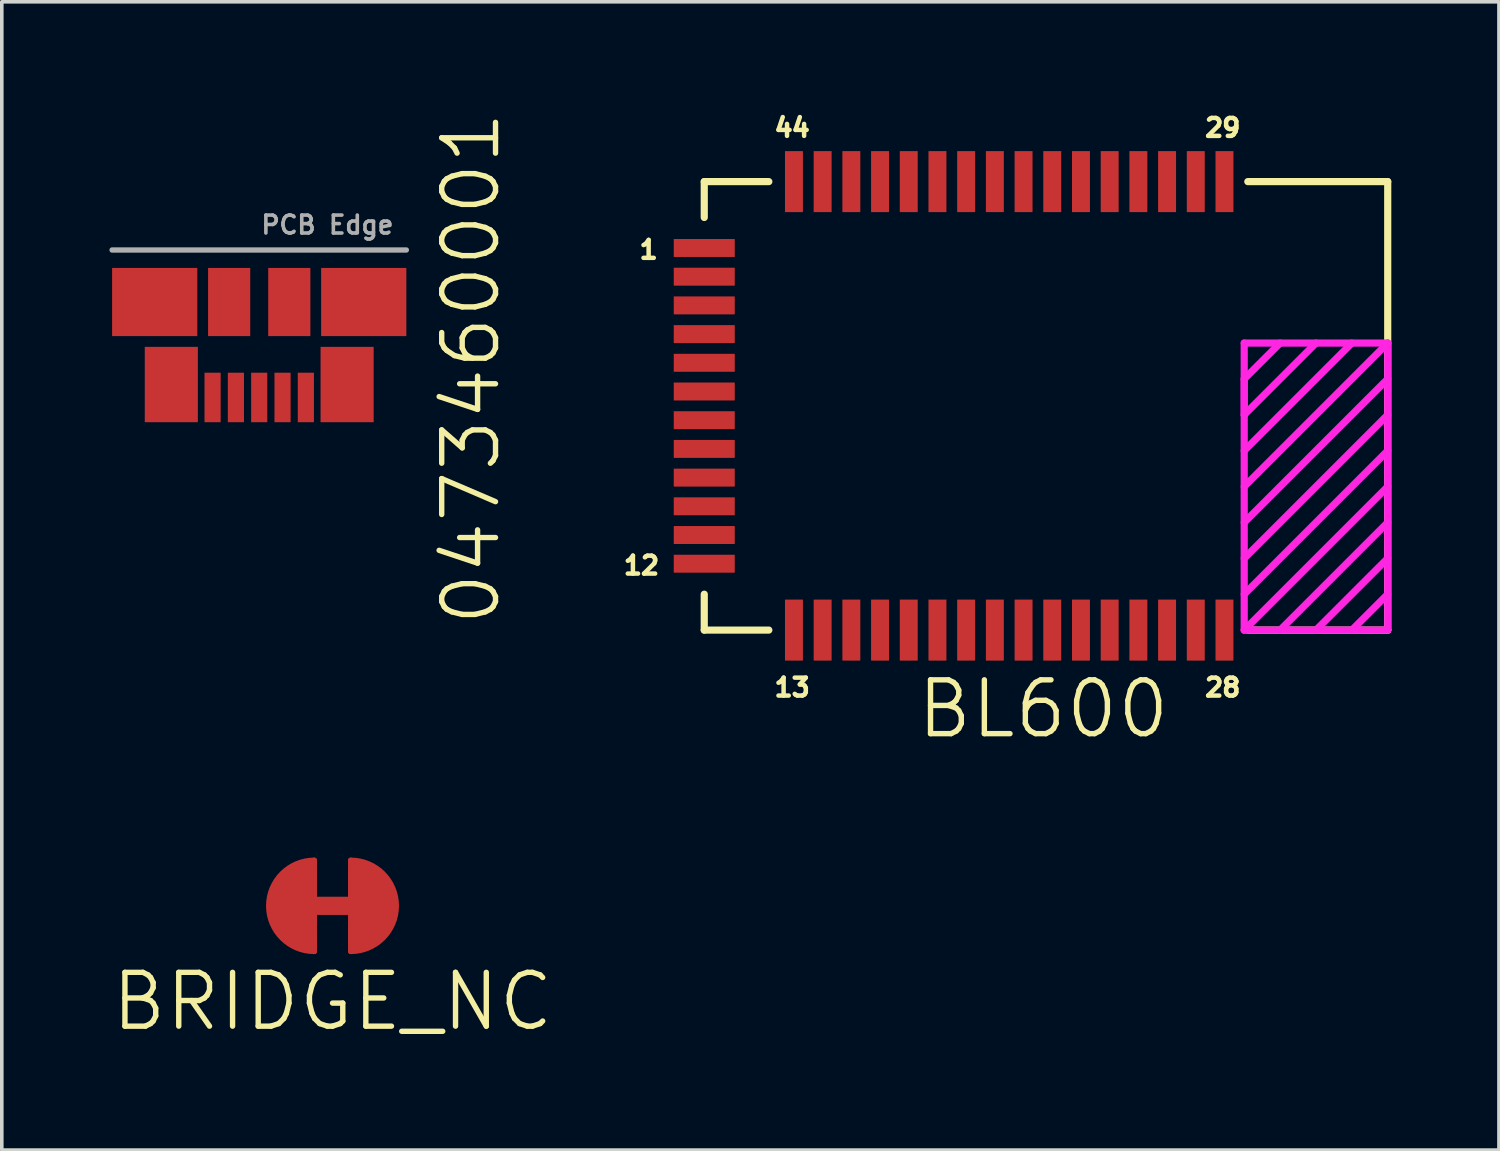
<source format=kicad_pcb>
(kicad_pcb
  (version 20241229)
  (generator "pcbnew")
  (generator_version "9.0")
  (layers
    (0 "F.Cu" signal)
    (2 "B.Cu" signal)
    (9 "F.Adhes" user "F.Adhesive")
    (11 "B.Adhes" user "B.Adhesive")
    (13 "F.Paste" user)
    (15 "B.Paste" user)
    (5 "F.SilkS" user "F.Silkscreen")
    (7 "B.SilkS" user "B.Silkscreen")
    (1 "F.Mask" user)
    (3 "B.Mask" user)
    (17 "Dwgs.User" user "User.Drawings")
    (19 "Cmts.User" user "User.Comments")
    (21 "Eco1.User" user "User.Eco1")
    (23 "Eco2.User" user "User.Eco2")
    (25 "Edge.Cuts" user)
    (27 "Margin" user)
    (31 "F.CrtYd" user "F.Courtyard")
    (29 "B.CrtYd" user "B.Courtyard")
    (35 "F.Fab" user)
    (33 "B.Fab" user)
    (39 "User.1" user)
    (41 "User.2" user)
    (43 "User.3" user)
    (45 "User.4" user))
  (footprint "BL600"
    (layer "F.Cu")
    (at 15.729 1.162)
    (property "Reference" "BL600" (at 10.3 15.55 0) (layer "F.SilkS") (effects (font (size 1.5 1.5) (thickness 0.15))))
    (attr through_hole)
    (fp_line (start 0.85 0.85) (end 2.65 0.85) (stroke (width 0.2) (type solid)) (layer "F.SilkS"))
    (fp_line (start 0.85 1.85) (end 0.85 0.85) (stroke (width 0.2) (type solid)) (layer "F.SilkS"))
    (fp_line (start 0.85 12.35) (end 0.85 13.35) (stroke (width 0.2) (type solid)) (layer "F.SilkS"))
    (fp_line (start 0.85 13.35) (end 2.65 13.35) (stroke (width 0.2) (type solid)) (layer "F.SilkS"))
    (fp_line (start 16 0.85) (end 19.9 0.85) (stroke (width 0.2) (type solid)) (layer "F.SilkS"))
    (fp_line (start 19.9 13.35) (end 16 13.35) (stroke (width 0.2) (type solid)) (layer "F.SilkS"))
    (fp_line (start 19.9 13.35) (end 19.9 0.85) (stroke (width 0.2) (type solid)) (layer "F.SilkS"))
    (fp_line (start 15.9 5.35) (end 19.9 5.35) (stroke (width 0.2) (type solid)) (layer "F.CrtYd"))
    (fp_line (start 15.9 6.35) (end 15.9 7.35) (stroke (width 0.2) (type solid)) (layer "F.CrtYd"))
    (fp_line (start 15.9 7.35) (end 17.9 5.35) (stroke (width 0.2) (type solid)) (layer "F.CrtYd"))
    (fp_line (start 15.9 9.35) (end 19.9 5.35) (stroke (width 0.2) (type solid)) (layer "F.CrtYd"))
    (fp_line (start 15.9 11.35) (end 19.9 7.35) (stroke (width 0.2) (type solid)) (layer "F.CrtYd"))
    (fp_line (start 15.9 13.35) (end 15.9 5.35) (stroke (width 0.2) (type solid)) (layer "F.CrtYd"))
    (fp_line (start 15.9 13.35) (end 19.9 9.35) (stroke (width 0.2) (type solid)) (layer "F.CrtYd"))
    (fp_line (start 16.9 5.35) (end 15.9 6.35) (stroke (width 0.2) (type solid)) (layer "F.CrtYd"))
    (fp_line (start 17.9 13.35) (end 19.9 11.35) (stroke (width 0.2) (type solid)) (layer "F.CrtYd"))
    (fp_line (start 18.9 5.35) (end 15.9 8.35) (stroke (width 0.2) (type solid)) (layer "F.CrtYd"))
    (fp_line (start 19.9 5.35) (end 19.9 13.35) (stroke (width 0.2) (type solid)) (layer "F.CrtYd"))
    (fp_line (start 19.9 6.35) (end 15.9 10.35) (stroke (width 0.2) (type solid)) (layer "F.CrtYd"))
    (fp_line (start 19.9 8.35) (end 15.9 12.35) (stroke (width 0.2) (type solid)) (layer "F.CrtYd"))
    (fp_line (start 19.9 10.35) (end 16.9 13.35) (stroke (width 0.2) (type solid)) (layer "F.CrtYd"))
    (fp_line (start 19.9 12.35) (end 18.9 13.35) (stroke (width 0.2) (type solid)) (layer "F.CrtYd"))
    (fp_line (start 19.9 13.35) (end 15.9 13.35) (stroke (width 0.2) (type solid)) (layer "F.CrtYd"))
    (fp_text user "1" (at -0.7 2.75 0) (layer "F.SilkS") (effects (font (size 0.5 0.5) (thickness 0.125))))
    (fp_text user "12" (at -0.9 11.55 0) (layer "F.SilkS") (effects (font (size 0.5 0.5) (thickness 0.125))))
    (fp_text user "29" (at 15.3 -0.65 0) (layer "F.SilkS") (effects (font (size 0.5 0.5) (thickness 0.125))))
    (fp_text user "13" (at 3.3 14.95 0) (layer "F.SilkS") (effects (font (size 0.5 0.5) (thickness 0.125))))
    (fp_text user "44" (at 3.3 -0.65 0) (layer "F.SilkS") (effects (font (size 0.5 0.5) (thickness 0.125))))
    (fp_text user "28" (at 15.3 14.95 0) (layer "F.SilkS") (effects (font (size 0.5 0.5) (thickness 0.125))))
    (pad "1" smd rect (at 0.85 2.7) (size 1.7 0.5) (layers "F.Cu" "F.Mask" "F.Paste"))
    (pad "2" smd rect (at 0.85 3.5) (size 1.7 0.5) (layers "F.Cu" "F.Mask" "F.Paste"))
    (pad "3" smd rect (at 0.85 4.3) (size 1.7 0.5) (layers "F.Cu" "F.Mask" "F.Paste"))
    (pad "4" smd rect (at 0.85 5.1) (size 1.7 0.5) (layers "F.Cu" "F.Mask" "F.Paste"))
    (pad "5" smd rect (at 0.85 5.9) (size 1.7 0.5) (layers "F.Cu" "F.Mask" "F.Paste"))
    (pad "6" smd rect (at 0.85 6.7) (size 1.7 0.5) (layers "F.Cu" "F.Mask" "F.Paste"))
    (pad "7" smd rect (at 0.85 7.5) (size 1.7 0.5) (layers "F.Cu" "F.Mask" "F.Paste"))
    (pad "8" smd rect (at 0.85 8.3) (size 1.7 0.5) (layers "F.Cu" "F.Mask" "F.Paste"))
    (pad "9" smd rect (at 0.85 9.1) (size 1.7 0.5) (layers "F.Cu" "F.Mask" "F.Paste"))
    (pad "10" smd rect (at 0.85 9.9) (size 1.7 0.5) (layers "F.Cu" "F.Mask" "F.Paste"))
    (pad "11" smd rect (at 0.85 10.7) (size 1.7 0.5) (layers "F.Cu" "F.Mask" "F.Paste"))
    (pad "12" smd rect (at 0.85 11.5) (size 1.7 0.5) (layers "F.Cu" "F.Mask" "F.Paste"))
    (pad "13" smd rect (at 3.35 13.35) (size 0.5 1.7) (layers "F.Cu" "F.Mask" "F.Paste"))
    (pad "14" smd rect (at 4.15 13.35) (size 0.5 1.7) (layers "F.Cu" "F.Mask" "F.Paste"))
    (pad "15" smd rect (at 4.95 13.35) (size 0.5 1.7) (layers "F.Cu" "F.Mask" "F.Paste"))
    (pad "16" smd rect (at 5.75 13.35) (size 0.5 1.7) (layers "F.Cu" "F.Mask" "F.Paste"))
    (pad "17" smd rect (at 6.55 13.35) (size 0.5 1.7) (layers "F.Cu" "F.Mask" "F.Paste"))
    (pad "18" smd rect (at 7.35 13.35) (size 0.5 1.7) (layers "F.Cu" "F.Mask" "F.Paste"))
    (pad "19" smd rect (at 8.15 13.35) (size 0.5 1.7) (layers "F.Cu" "F.Mask" "F.Paste"))
    (pad "20" smd rect (at 8.95 13.35) (size 0.5 1.7) (layers "F.Cu" "F.Mask" "F.Paste"))
    (pad "21" smd rect (at 9.75 13.35) (size 0.5 1.7) (layers "F.Cu" "F.Mask" "F.Paste"))
    (pad "22" smd rect (at 10.55 13.35) (size 0.5 1.7) (layers "F.Cu" "F.Mask" "F.Paste"))
    (pad "23" smd rect (at 11.35 13.35) (size 0.5 1.7) (layers "F.Cu" "F.Mask" "F.Paste"))
    (pad "24" smd rect (at 12.15 13.35) (size 0.5 1.7) (layers "F.Cu" "F.Mask" "F.Paste"))
    (pad "25" smd rect (at 12.95 13.35) (size 0.5 1.7) (layers "F.Cu" "F.Mask" "F.Paste"))
    (pad "26" smd rect (at 13.75 13.35) (size 0.5 1.7) (layers "F.Cu" "F.Mask" "F.Paste"))
    (pad "27" smd rect (at 14.55 13.35) (size 0.5 1.7) (layers "F.Cu" "F.Mask" "F.Paste"))
    (pad "28" smd rect (at 15.35 13.35) (size 0.5 1.7) (layers "F.Cu" "F.Mask" "F.Paste"))
    (pad "29" smd rect (at 15.35 0.85) (size 0.5 1.7) (layers "F.Cu" "F.Mask" "F.Paste"))
    (pad "30" smd rect (at 14.55 0.85) (size 0.5 1.7) (layers "F.Cu" "F.Mask" "F.Paste"))
    (pad "31" smd rect (at 13.75 0.85) (size 0.5 1.7) (layers "F.Cu" "F.Mask" "F.Paste"))
    (pad "32" smd rect (at 12.95 0.85) (size 0.5 1.7) (layers "F.Cu" "F.Mask" "F.Paste"))
    (pad "33" smd rect (at 12.15 0.85) (size 0.5 1.7) (layers "F.Cu" "F.Mask" "F.Paste"))
    (pad "34" smd rect (at 11.35 0.85) (size 0.5 1.7) (layers "F.Cu" "F.Mask" "F.Paste"))
    (pad "35" smd rect (at 10.55 0.85) (size 0.5 1.7) (layers "F.Cu" "F.Mask" "F.Paste"))
    (pad "36" smd rect (at 9.75 0.85) (size 0.5 1.7) (layers "F.Cu" "F.Mask" "F.Paste"))
    (pad "37" smd rect (at 8.95 0.85) (size 0.5 1.7) (layers "F.Cu" "F.Mask" "F.Paste"))
    (pad "38" smd rect (at 8.15 0.85) (size 0.5 1.7) (layers "F.Cu" "F.Mask" "F.Paste"))
    (pad "39" smd rect (at 7.35 0.85) (size 0.5 1.7) (layers "F.Cu" "F.Mask" "F.Paste"))
    (pad "40" smd rect (at 6.55 0.85) (size 0.5 1.7) (layers "F.Cu" "F.Mask" "F.Paste"))
    (pad "41" smd rect (at 5.75 0.85) (size 0.5 1.7) (layers "F.Cu" "F.Mask" "F.Paste"))
    (pad "42" smd rect (at 4.95 0.85) (size 0.5 1.7) (layers "F.Cu" "F.Mask" "F.Paste"))
    (pad "43" smd rect (at 4.15 0.85) (size 0.5 1.7) (layers "F.Cu" "F.Mask" "F.Paste"))
    (pad "44" smd rect (at 3.35 0.85) (size 0.5 1.7) (layers "F.Cu" "F.Mask" "F.Paste")))
  (footprint "BRIDGE_NC"
    (layer "F.Cu")
    (at 6.218 22.198)
    (property "Reference" "BRIDGE_NC" (at 0 2.667 0) (layer "F.SilkS") (effects (font (size 1.5 1.5) (thickness 0.15))))
    (attr through_hole)
    (fp_line (start -0.508 0) (end 0.508 0) (stroke (width 0.508) (type solid)) (layer "F.Cu"))
    (fp_line (start -0.508 1.27) (end -0.508 -1.27) (stroke (width 0.15) (type solid)) (layer "F.Cu"))
    (fp_line (start 0.508 -1.27) (end 0.508 1.27) (stroke (width 0.15) (type solid)) (layer "F.Cu"))
    (fp_arc (start -0.508 0.127) (mid -0.635 0) (end -0.508 -0.127) (stroke (width 0.15) (type solid)) (layer "F.Cu"))
    (fp_arc (start -0.508 0.254) (mid -0.762 0) (end -0.508 -0.254) (stroke (width 0.15) (type solid)) (layer "F.Cu"))
    (fp_arc (start -0.508 0.381) (mid -0.889 0) (end -0.508 -0.381) (stroke (width 0.15) (type solid)) (layer "F.Cu"))
    (fp_arc (start -0.508 0.508) (mid -1.016 0) (end -0.508 -0.508) (stroke (width 0.15) (type solid)) (layer "F.Cu"))
    (fp_arc (start -0.508 0.635) (mid -1.143 0) (end -0.508 -0.635) (stroke (width 0.15) (type solid)) (layer "F.Cu"))
    (fp_arc (start -0.508 0.762) (mid -1.27 0) (end -0.508 -0.762) (stroke (width 0.15) (type solid)) (layer "F.Cu"))
    (fp_arc (start -0.508 0.889) (mid -1.397 0) (end -0.508 -0.889) (stroke (width 0.15) (type solid)) (layer "F.Cu"))
    (fp_arc (start -0.508 1.016) (mid -1.524 0) (end -0.508 -1.016) (stroke (width 0.15) (type solid)) (layer "F.Cu"))
    (fp_arc (start -0.508 1.143) (mid -1.651 0) (end -0.508 -1.143) (stroke (width 0.15) (type solid)) (layer "F.Cu"))
    (fp_arc (start -0.508 1.27) (mid -1.778 0) (end -0.508 -1.27) (stroke (width 0.15) (type solid)) (layer "F.Cu"))
    (fp_arc (start 0.508 -1.27) (mid 1.778 0) (end 0.508 1.27) (stroke (width 0.15) (type solid)) (layer "F.Cu"))
    (fp_arc (start 0.508 -1.143) (mid 1.651 0) (end 0.508 1.143) (stroke (width 0.15) (type solid)) (layer "F.Cu"))
    (fp_arc (start 0.508 -1.016) (mid 1.524 0) (end 0.508 1.016) (stroke (width 0.15) (type solid)) (layer "F.Cu"))
    (fp_arc (start 0.508 -0.889) (mid 1.397 0) (end 0.508 0.889) (stroke (width 0.15) (type solid)) (layer "F.Cu"))
    (fp_arc (start 0.508 -0.762) (mid 1.27 0) (end 0.508 0.762) (stroke (width 0.15) (type solid)) (layer "F.Cu"))
    (fp_arc (start 0.508 -0.635) (mid 1.143 0) (end 0.508 0.635) (stroke (width 0.15) (type solid)) (layer "F.Cu"))
    (fp_arc (start 0.508 -0.508) (mid 1.016 0) (end 0.508 0.508) (stroke (width 0.15) (type solid)) (layer "F.Cu"))
    (fp_arc (start 0.508 -0.381) (mid 0.889 0) (end 0.508 0.381) (stroke (width 0.15) (type solid)) (layer "F.Cu"))
    (fp_arc (start 0.508 -0.254) (mid 0.762 0) (end 0.508 0.254) (stroke (width 0.15) (type solid)) (layer "F.Cu"))
    (fp_arc (start 0.508 -0.127) (mid 0.635 0) (end 0.508 0.127) (stroke (width 0.15) (type solid)) (layer "F.Cu"))
    (fp_line (start -0.508 -1.27) (end 0.508 -1.27) (stroke (width 0.127) (type solid)) (layer "F.Mask"))
    (fp_line (start -0.508 1.27) (end -0.508 -1.27) (stroke (width 0.15) (type solid)) (layer "F.Mask"))
    (fp_line (start -0.508 1.27) (end 0.508 1.27) (stroke (width 0.127) (type solid)) (layer "F.Mask"))
    (fp_line (start -0.381 -1.27) (end -0.381 1.27) (stroke (width 0.127) (type solid)) (layer "F.Mask"))
    (fp_line (start -0.381 1.27) (end -0.254 1.27) (stroke (width 0.127) (type solid)) (layer "F.Mask"))
    (fp_line (start -0.254 -1.27) (end -0.127 -1.27) (stroke (width 0.127) (type solid)) (layer "F.Mask"))
    (fp_line (start -0.254 1.27) (end -0.254 -1.27) (stroke (width 0.127) (type solid)) (layer "F.Mask"))
    (fp_line (start -0.127 -1.27) (end -0.127 1.27) (stroke (width 0.127) (type solid)) (layer "F.Mask"))
    (fp_line (start -0.127 1.27) (end 0 1.27) (stroke (width 0.127) (type solid)) (layer "F.Mask"))
    (fp_line (start 0 -1.27) (end 0.127 -1.27) (stroke (width 0.127) (type solid)) (layer "F.Mask"))
    (fp_line (start 0 1.27) (end 0 -1.27) (stroke (width 0.127) (type solid)) (layer "F.Mask"))
    (fp_line (start 0.127 -1.27) (end 0.127 1.27) (stroke (width 0.127) (type solid)) (layer "F.Mask"))
    (fp_line (start 0.127 1.27) (end 0.254 1.27) (stroke (width 0.127) (type solid)) (layer "F.Mask"))
    (fp_line (start 0.254 -1.27) (end 0.381 -1.27) (stroke (width 0.127) (type solid)) (layer "F.Mask"))
    (fp_line (start 0.254 1.27) (end 0.254 -1.27) (stroke (width 0.127) (type solid)) (layer "F.Mask"))
    (fp_line (start 0.381 -1.27) (end 0.381 1.27) (stroke (width 0.127) (type solid)) (layer "F.Mask"))
    (fp_line (start 0.508 -1.27) (end 0.508 1.27) (stroke (width 0.15) (type solid)) (layer "F.Mask"))
    (fp_arc (start -0.508 0.127) (mid -0.635 0) (end -0.508 -0.127) (stroke (width 0.15) (type solid)) (layer "F.Mask"))
    (fp_arc (start -0.508 0.254) (mid -0.762 0) (end -0.508 -0.254) (stroke (width 0.15) (type solid)) (layer "F.Mask"))
    (fp_arc (start -0.508 0.381) (mid -0.889 0) (end -0.508 -0.381) (stroke (width 0.15) (type solid)) (layer "F.Mask"))
    (fp_arc (start -0.508 0.508) (mid -1.016 0) (end -0.508 -0.508) (stroke (width 0.15) (type solid)) (layer "F.Mask"))
    (fp_arc (start -0.508 0.635) (mid -1.143 0) (end -0.508 -0.635) (stroke (width 0.15) (type solid)) (layer "F.Mask"))
    (fp_arc (start -0.508 0.762) (mid -1.27 0) (end -0.508 -0.762) (stroke (width 0.15) (type solid)) (layer "F.Mask"))
    (fp_arc (start -0.508 0.889) (mid -1.397 0) (end -0.508 -0.889) (stroke (width 0.15) (type solid)) (layer "F.Mask"))
    (fp_arc (start -0.508 1.016) (mid -1.524 0) (end -0.508 -1.016) (stroke (width 0.15) (type solid)) (layer "F.Mask"))
    (fp_arc (start -0.508 1.143) (mid -1.651 0) (end -0.508 -1.143) (stroke (width 0.15) (type solid)) (layer "F.Mask"))
    (fp_arc (start -0.508 1.27) (mid -1.778 0) (end -0.508 -1.27) (stroke (width 0.15) (type solid)) (layer "F.Mask"))
    (fp_arc (start 0.508 -1.27) (mid 1.778 0) (end 0.508 1.27) (stroke (width 0.15) (type solid)) (layer "F.Mask"))
    (fp_arc (start 0.508 -1.143) (mid 1.651 0) (end 0.508 1.143) (stroke (width 0.15) (type solid)) (layer "F.Mask"))
    (fp_arc (start 0.508 -1.016) (mid 1.524 0) (end 0.508 1.016) (stroke (width 0.15) (type solid)) (layer "F.Mask"))
    (fp_arc (start 0.508 -0.889) (mid 1.397 0) (end 0.508 0.889) (stroke (width 0.15) (type solid)) (layer "F.Mask"))
    (fp_arc (start 0.508 -0.762) (mid 1.27 0) (end 0.508 0.762) (stroke (width 0.15) (type solid)) (layer "F.Mask"))
    (fp_arc (start 0.508 -0.635) (mid 1.143 0) (end 0.508 0.635) (stroke (width 0.15) (type solid)) (layer "F.Mask"))
    (fp_arc (start 0.508 -0.508) (mid 1.016 0) (end 0.508 0.508) (stroke (width 0.15) (type solid)) (layer "F.Mask"))
    (fp_arc (start 0.508 -0.381) (mid 0.889 0) (end 0.508 0.381) (stroke (width 0.15) (type solid)) (layer "F.Mask"))
    (fp_arc (start 0.508 -0.254) (mid 0.762 0) (end 0.508 0.254) (stroke (width 0.15) (type solid)) (layer "F.Mask"))
    (fp_arc (start 0.508 -0.127) (mid 0.635 0) (end 0.508 0.127) (stroke (width 0.15) (type solid)) (layer "F.Mask"))
    (pad "1" smd rect (at -1.143 0) (size 1.27 0.508) (layers "F.Cu"))
    (pad "2" smd rect (at 1.143 0) (size 1.27 0.508) (layers "F.Cu")))
  (footprint "0473460001"
    (layer "F.Cu")
    (at 4.175 5.368)
    (property "Reference" "0473460001" (at 5.9 1.85 90) (layer "F.SilkS") (effects (font (size 1.5 1.5) (thickness 0.15))))
    (attr through_hole)
    (fp_line (start -4.1 -1.45) (end 4.1 -1.45) (stroke (width 0.15) (type solid)) (layer "F.Fab"))
    (fp_text user "PCB Edge" (at 1.9 -2.15 0) (layer "F.Fab") (effects (font (size 0.5 0.5) (thickness 0.1))))
    (pad "1" smd rect (at -1.3 2.66) (size 0.45 1.38) (layers "F.Cu" "F.Mask" "F.Paste"))
    (pad "2" smd rect (at -0.65 2.66) (size 0.45 1.38) (layers "F.Cu" "F.Mask" "F.Paste"))
    (pad "3" smd rect (at 0 2.66) (size 0.45 1.38) (layers "F.Cu" "F.Mask" "F.Paste"))
    (pad "4" smd rect (at 0.65 2.66) (size 0.45 1.38) (layers "F.Cu" "F.Mask" "F.Paste"))
    (pad "5" smd rect (at 1.3 2.66) (size 0.45 1.38) (layers "F.Cu" "F.Mask" "F.Paste"))
    (pad "6" smd rect (at -2.913 0) (size 2.375 1.9) (layers "F.Cu" "F.Mask" "F.Paste"))
    (pad "7" smd rect (at -2.45 2.3) (size 1.48 2.1) (layers "F.Cu" "F.Mask" "F.Paste"))
    (pad "8" smd rect (at 2.45 2.3) (size 1.48 2.1) (layers "F.Cu" "F.Mask" "F.Paste"))
    (pad "9" smd rect (at 2.913 0) (size 2.375 1.9) (layers "F.Cu" "F.Mask" "F.Paste"))
    (pad "10" smd rect (at 0.838 0) (size 1.175 1.9) (layers "F.Cu" "F.Mask" "F.Paste"))
    (pad "11" smd rect (at -0.838 0) (size 1.175 1.9) (layers "F.Cu" "F.Mask" "F.Paste")))
  (gr_rect
    (start -3 -3)
    (end 38.729 29.005)
    (stroke (width 0.1) (type default))
    (fill no)
    (layer "Edge.Cuts")))
</source>
